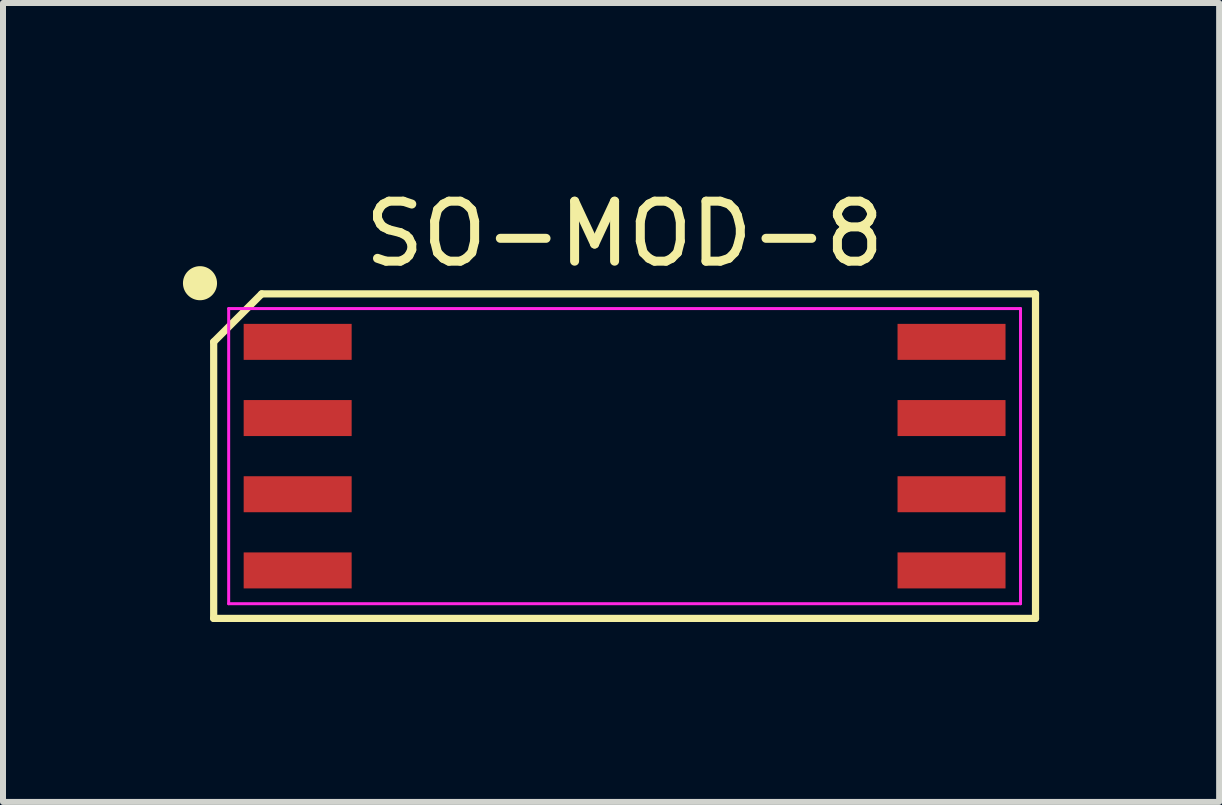
<source format=kicad_pcb>
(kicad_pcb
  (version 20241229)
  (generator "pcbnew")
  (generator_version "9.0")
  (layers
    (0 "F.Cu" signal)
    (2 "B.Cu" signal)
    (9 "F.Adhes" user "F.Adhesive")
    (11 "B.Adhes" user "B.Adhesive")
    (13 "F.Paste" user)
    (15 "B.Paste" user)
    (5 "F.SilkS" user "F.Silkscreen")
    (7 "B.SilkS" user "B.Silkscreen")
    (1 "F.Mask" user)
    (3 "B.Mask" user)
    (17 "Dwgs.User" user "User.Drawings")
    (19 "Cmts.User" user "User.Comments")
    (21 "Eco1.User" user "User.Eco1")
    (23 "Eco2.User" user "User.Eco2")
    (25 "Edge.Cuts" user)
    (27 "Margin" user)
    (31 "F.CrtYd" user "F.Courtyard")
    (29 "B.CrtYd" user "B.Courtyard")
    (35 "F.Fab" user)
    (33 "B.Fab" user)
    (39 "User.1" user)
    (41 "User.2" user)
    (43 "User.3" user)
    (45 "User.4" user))
  (footprint "SO-MOD-8"
    (layer "F.Cu")
    (at 7.472 4.744)
    (property "Reference" "SO-MOD-8" (at -0.11 -3.895 0) (layer "F.SilkS") (effects (font (size 1 1) (thickness 0.15))))
    (attr through_hole)
    (fp_line (start -6.96 -2.095) (end -6.16 -2.895) (stroke (width 0.12) (type default)) (layer "F.SilkS"))
    (fp_line (start -6.96 2.515) (end -6.96 -2.095) (stroke (width 0.12) (type default)) (layer "F.SilkS"))
    (fp_line (start -6.16 -2.895) (end 6.74 -2.895) (stroke (width 0.12) (type default)) (layer "F.SilkS"))
    (fp_line (start 6.74 -2.895) (end 6.74 2.515) (stroke (width 0.12) (type default)) (layer "F.SilkS"))
    (fp_line (start 6.74 2.515) (end -6.96 2.515) (stroke (width 0.12) (type default)) (layer "F.SilkS"))
    (fp_circle (center -7.188 -3.073) (end -6.954 -3.073) (stroke (width 0.1) (type solid)) (fill yes) (layer "F.SilkS"))
    (fp_line (start -6.71 -2.65) (end 6.49 -2.65) (stroke (width 0.05) (type default)) (layer "F.CrtYd"))
    (fp_line (start -6.71 2.27) (end -6.71 -2.65) (stroke (width 0.05) (type default)) (layer "F.CrtYd"))
    (fp_line (start 6.49 -2.65) (end 6.49 2.27) (stroke (width 0.05) (type default)) (layer "F.CrtYd"))
    (fp_line (start 6.49 2.27) (end -6.71 2.27) (stroke (width 0.05) (type default)) (layer "F.CrtYd"))
    (pad "1" smd rect (at -5.56 -2.095 270) (size 0.6 1.8) (layers "F.Cu" "F.Mask" "F.Paste"))
    (pad "2" smd rect (at -5.56 -0.825 270) (size 0.6 1.8) (layers "F.Cu" "F.Mask" "F.Paste"))
    (pad "3" smd rect (at -5.56 0.445 270) (size 0.6 1.8) (layers "F.Cu" "F.Mask" "F.Paste"))
    (pad "4" smd rect (at -5.56 1.715 270) (size 0.6 1.8) (layers "F.Cu" "F.Mask" "F.Paste"))
    (pad "5" smd rect (at 5.34 1.715 270) (size 0.6 1.8) (layers "F.Cu" "F.Mask" "F.Paste"))
    (pad "6" smd rect (at 5.34 0.445 270) (size 0.6 1.8) (layers "F.Cu" "F.Mask" "F.Paste"))
    (pad "7" smd rect (at 5.34 -0.825 270) (size 0.6 1.8) (layers "F.Cu" "F.Mask" "F.Paste"))
    (pad "8" smd rect (at 5.34 -2.095 270) (size 0.6 1.8) (layers "F.Cu" "F.Mask" "F.Paste")))
  (gr_rect
    (start -3 -3)
    (end 17.273 10.318)
    (stroke (width 0.1) (type default))
    (fill no)
    (layer "Edge.Cuts")))
</source>
